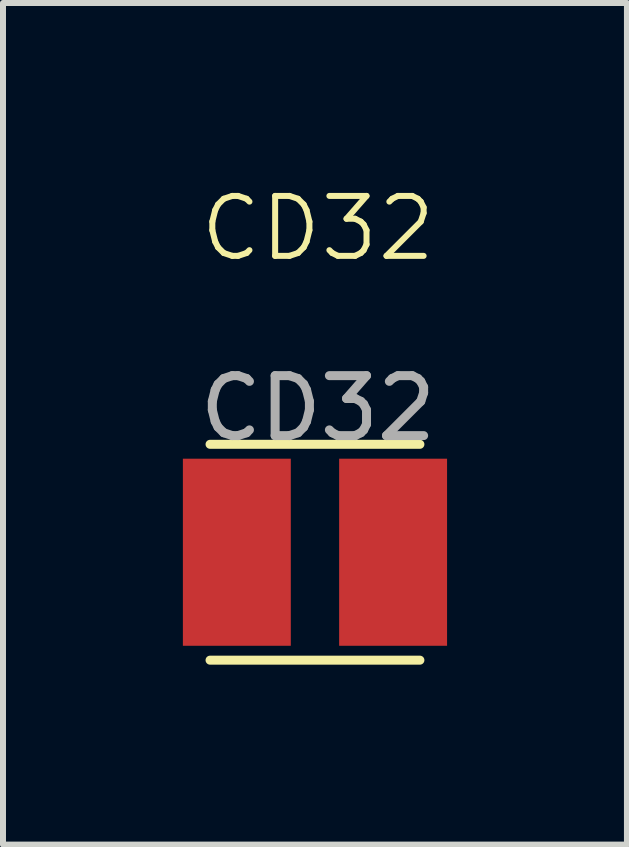
<source format=kicad_pcb>
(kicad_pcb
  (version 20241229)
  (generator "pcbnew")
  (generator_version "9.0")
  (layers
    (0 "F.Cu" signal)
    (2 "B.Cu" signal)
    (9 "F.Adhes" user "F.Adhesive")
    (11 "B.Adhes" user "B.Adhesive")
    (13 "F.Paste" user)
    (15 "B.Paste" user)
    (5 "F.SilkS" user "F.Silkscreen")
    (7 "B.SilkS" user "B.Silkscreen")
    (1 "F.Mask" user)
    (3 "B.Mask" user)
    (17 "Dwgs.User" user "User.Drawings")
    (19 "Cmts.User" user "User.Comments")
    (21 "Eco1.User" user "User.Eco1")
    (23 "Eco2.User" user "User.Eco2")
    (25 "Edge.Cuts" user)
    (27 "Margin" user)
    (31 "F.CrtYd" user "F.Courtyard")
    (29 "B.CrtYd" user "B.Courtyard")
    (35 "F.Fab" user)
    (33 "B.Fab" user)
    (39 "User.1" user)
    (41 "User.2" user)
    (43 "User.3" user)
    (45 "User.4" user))
  (footprint "CD32"
    (layer "F.Cu")
    (at 2.253 6.16)
    (property "Reference" "CD32" (at 0 -5.4 0) (unlocked yes) (layer "F.SilkS") (effects (font (size 1 1) (thickness 0.1))))
    (attr smd)
    (fp_line (start -1.8 -1.8) (end 1.7 -1.8) (stroke (width 0.15) (type default)) (layer "F.SilkS"))
    (fp_line (start 1.7 1.8) (end -1.8 1.8) (stroke (width 0.15) (type default)) (layer "F.SilkS"))
    (fp_poly (pts (xy -1.8 -1.5) (xy -0.6 -1.5) (xy -0.6 1.5) (xy -1.8 1.5)) (stroke (width 0.1) (type default)) (fill no) (layer "User.1"))
    (fp_poly (pts (xy 1.7 1.5) (xy 0.5 1.5) (xy 0.5 -1.5) (xy 1.7 -1.5)) (stroke (width 0.1) (type default)) (fill no) (layer "User.1"))
    (fp_line (start -1.8 -1.5) (end 1.7 -1.5) (stroke (width 0.051) (type default)) (layer "User.2"))
    (fp_line (start -1.8 1.5) (end -1.8 -1.5) (stroke (width 0.051) (type default)) (layer "User.2"))
    (fp_line (start 1.7 -1.5) (end 1.7 1.5) (stroke (width 0.051) (type default)) (layer "User.2"))
    (fp_line (start 1.7 1.5) (end -1.8 1.5) (stroke (width 0.051) (type default)) (layer "User.2"))
    (fp_poly (pts (xy -1.71 1.47) (xy -1.728 1.428) (xy -1.77 1.41) (xy -1.812 1.428) (xy -1.83 1.47) (xy -1.812 1.512) (xy -1.77 1.53) (xy -1.728 1.512)) (stroke (width 0.1) (type default)) (fill no) (layer "User.3"))
    (fp_text user "${REFERENCE}" (at 0 -2.4 0) (unlocked yes) (layer "F.Fab") (effects (font (size 1 1) (thickness 0.15))))
    (pad "1" smd rect (at 1.253 0) (size 1.8 3.12) (layers "F.Cu" "F.Mask" "F.Paste"))
    (pad "2" smd rect (at -1.353 0) (size 1.8 3.12) (layers "F.Cu" "F.Mask" "F.Paste")))
  (gr_rect
    (start -3 -3)
    (end 7.406 11.036)
    (stroke (width 0.1) (type default))
    (fill no)
    (layer "Edge.Cuts")))
</source>
